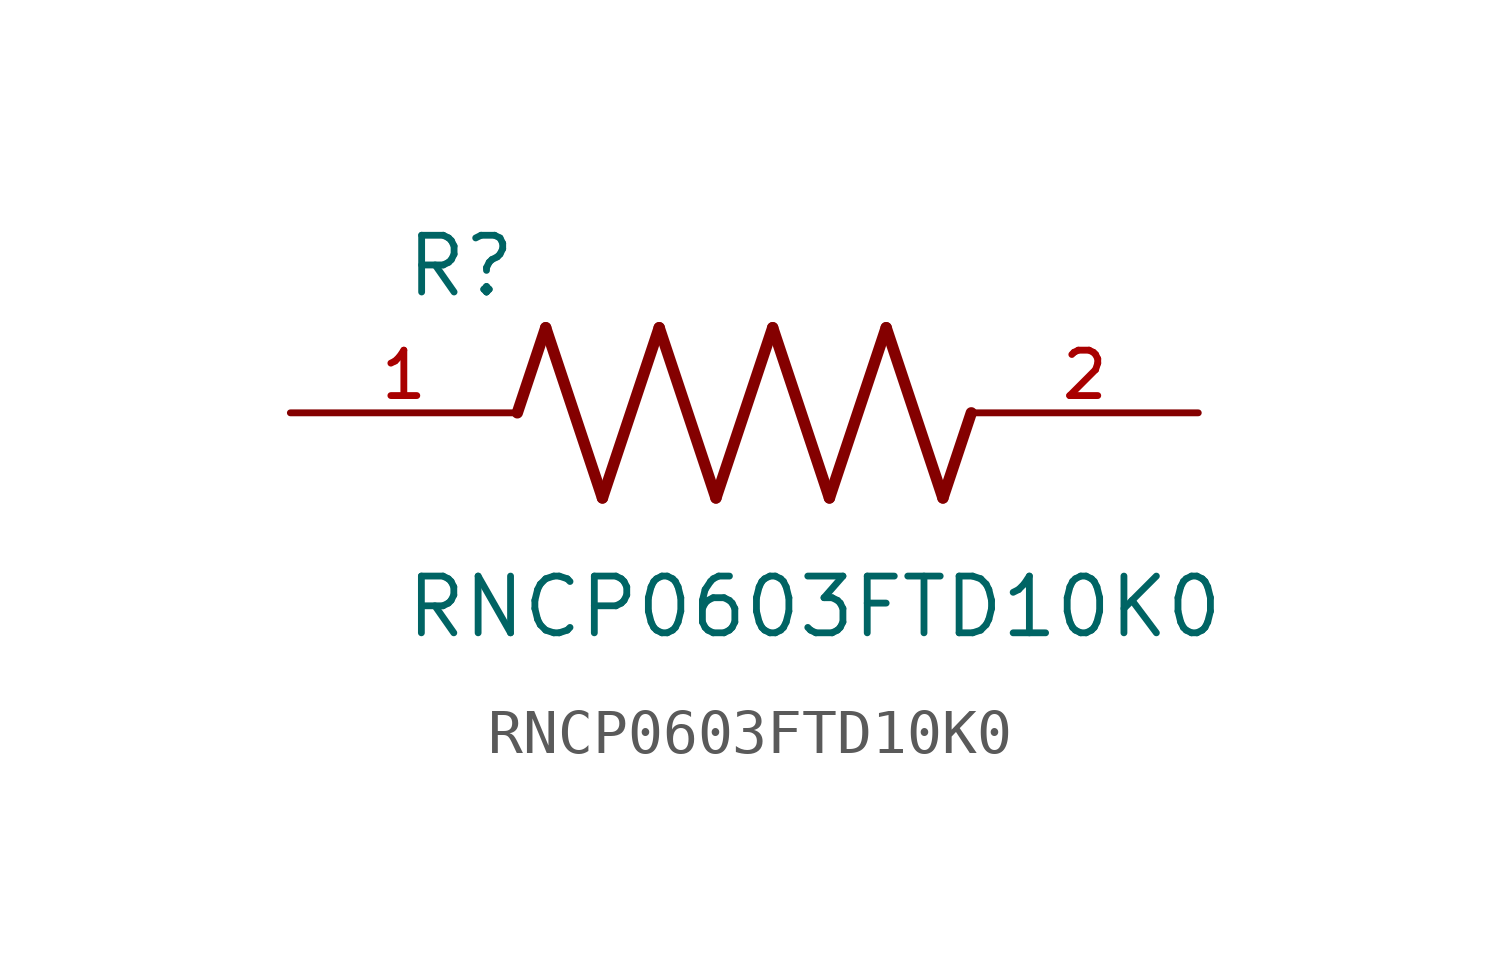
<source format=kicad_sym>
(kicad_symbol_lib
  (version 20211014)
  (generator kicad_symbol_editor)
  (symbol "RNCP0603FTD10K0"
    (pin_names
      (offset 1.016))
    (property "Reference" "R"
      (at -7.624 2.541 0)
      (effects (font (size 1.27 1.27)) (justify bottom left)))
    (property "Value" "RNCP0603FTD10K0"
      (at -7.63 -5.087 0)
      (effects (font (size 1.27 1.27)) (justify bottom left)))
    (symbol "RNCP0603FTD10K0_0_0"
      (polyline (pts (xy -5.08 0.0) (xy -4.445 1.905)) (stroke (width 0.254)))
      (polyline (pts (xy -4.445 1.905) (xy -3.175 -1.905)) (stroke (width 0.254)))
      (polyline (pts (xy -3.175 -1.905) (xy -1.905 1.905)) (stroke (width 0.254)))
      (polyline (pts (xy -1.905 1.905) (xy -0.635 -1.905)) (stroke (width 0.254)))
      (polyline (pts (xy -0.635 -1.905) (xy 0.635 1.905)) (stroke (width 0.254)))
      (polyline (pts (xy 0.635 1.905) (xy 1.905 -1.905)) (stroke (width 0.254)))
      (polyline (pts (xy 1.905 -1.905) (xy 3.175 1.905)) (stroke (width 0.254)))
      (polyline (pts (xy 3.175 1.905) (xy 4.445 -1.905)) (stroke (width 0.254)))
      (polyline (pts (xy 4.445 -1.905) (xy 5.08 0.0)) (stroke (width 0.254)))
      (pin passive line (at -10.16 0.0 0) (length 5.08) (name "~" (effects (font (size 1.016 1.016)))) (number "1" (effects (font (size 1.016 1.016)))))
      (pin passive line (at 10.16 0.0 180.0) (length 5.08) (name "~" (effects (font (size 1.016 1.016)))) (number "2" (effects (font (size 1.016 1.016))))))))
</source>
